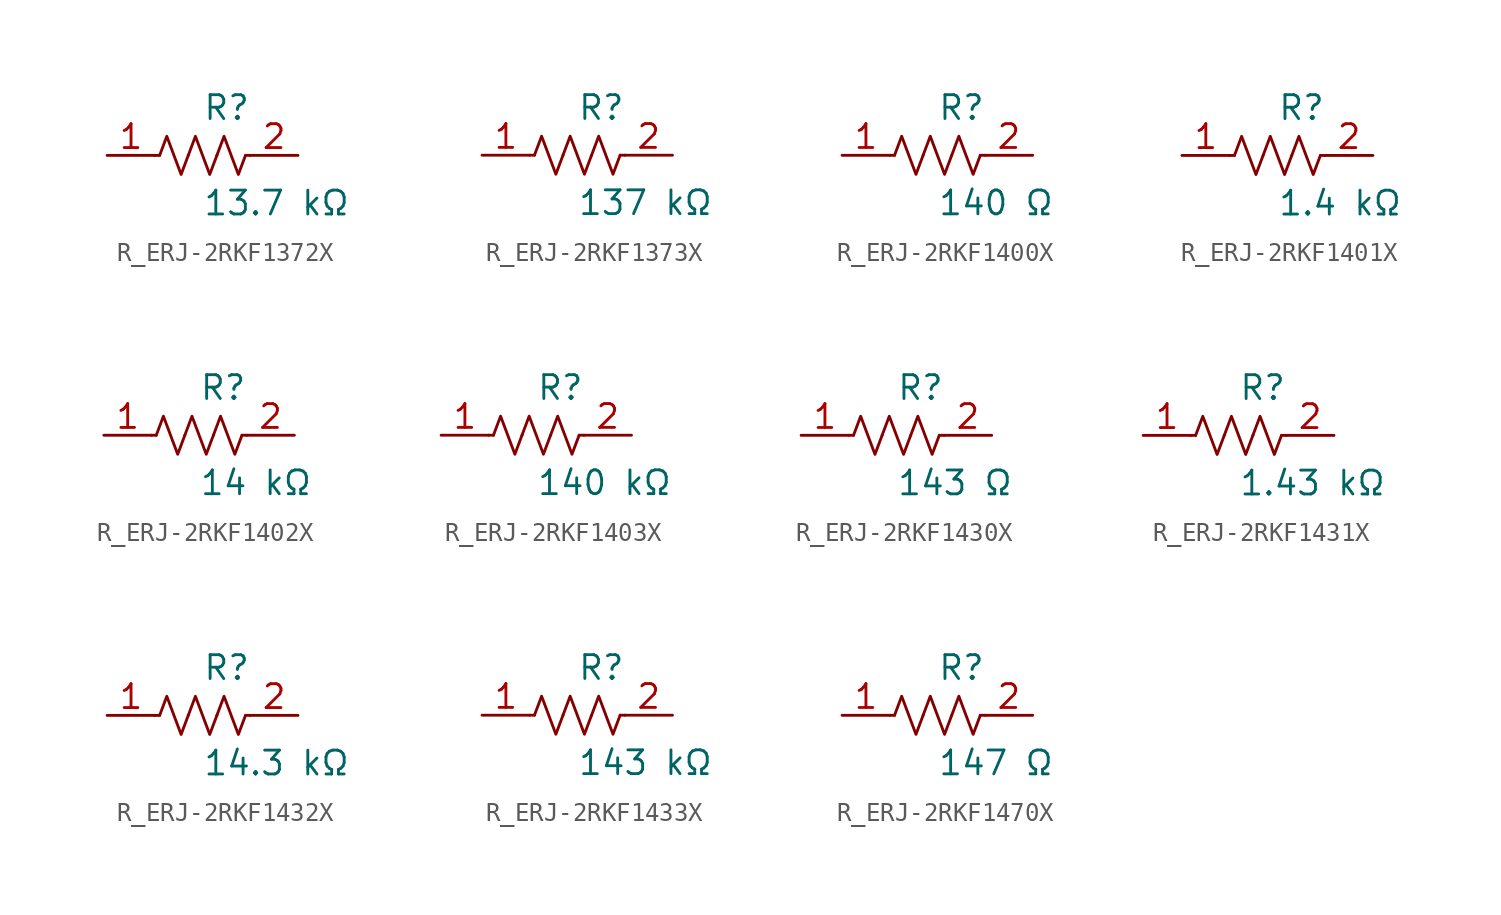
<source format=kicad_sym>
(kicad_symbol_lib
  (version 20231120)
  (generator kicad_symbol_editor)
  (generator_version 8.0)
  (symbol "R_ERJ-2RKF1372X"
    (pin_names
      (offset 0.254))
    (property "Reference" "R"
      (at 0 2.54 0)
      (effects (font (size 1.27 1.27)) (justify left)))
    (property "Value" "13.7 kΩ"
      (at 0 -2.54 0)
      (effects (font (size 1.27 1.27)) (justify left)))
    (symbol "R_ERJ-2RKF1372X_0_1"
      (polyline (pts (xy 2.286 0) (xy 2.54 0)) (stroke (width 0) (type default)) (fill (type none)))
      (polyline (pts (xy -2.286 0) (xy -2.54 0)) (stroke (width 0) (type default)) (fill (type none)))
      (polyline (pts (xy 0.762 0) (xy 1.143 1.016) (xy 1.524 0) (xy 1.905 -1.016) (xy 2.286 0)) (stroke (width 0) (type default)) (fill (type none)))
      (polyline (pts (xy -0.762 0) (xy -0.381 1.016) (xy 0 0) (xy 0.381 -1.016) (xy 0.762 0)) (stroke (width 0) (type default)) (fill (type none)))
      (polyline (pts (xy -2.286 0) (xy -1.905 1.016) (xy -1.524 0) (xy -1.143 -1.016) (xy -0.762 0)) (stroke (width 0) (type default)) (fill (type none))))
    (pin unspecified line
      (at -5.08 0 0)
      (length 2.54)
      (name "" (effects (font (size 1.27 1.27))))
      (number "1" (effects (font (size 1.27 1.27)))))
    (pin unspecified line
      (at 5.08 0 180)
      (length 2.54)
      (name "" (effects (font (size 1.27 1.27))))
      (number "2" (effects (font (size 1.27 1.27))))))
  (symbol "R_ERJ-2RKF1373X"
    (pin_names
      (offset 0.254))
    (property "Reference" "R"
      (at 0 2.54 0)
      (effects (font (size 1.27 1.27)) (justify left)))
    (property "Value" "137 kΩ"
      (at 0 -2.54 0)
      (effects (font (size 1.27 1.27)) (justify left)))
    (symbol "R_ERJ-2RKF1373X_0_1"
      (polyline (pts (xy 2.286 0) (xy 2.54 0)) (stroke (width 0) (type default)) (fill (type none)))
      (polyline (pts (xy -2.286 0) (xy -2.54 0)) (stroke (width 0) (type default)) (fill (type none)))
      (polyline (pts (xy 0.762 0) (xy 1.143 1.016) (xy 1.524 0) (xy 1.905 -1.016) (xy 2.286 0)) (stroke (width 0) (type default)) (fill (type none)))
      (polyline (pts (xy -0.762 0) (xy -0.381 1.016) (xy 0 0) (xy 0.381 -1.016) (xy 0.762 0)) (stroke (width 0) (type default)) (fill (type none)))
      (polyline (pts (xy -2.286 0) (xy -1.905 1.016) (xy -1.524 0) (xy -1.143 -1.016) (xy -0.762 0)) (stroke (width 0) (type default)) (fill (type none))))
    (pin unspecified line
      (at -5.08 0 0)
      (length 2.54)
      (name "" (effects (font (size 1.27 1.27))))
      (number "1" (effects (font (size 1.27 1.27)))))
    (pin unspecified line
      (at 5.08 0 180)
      (length 2.54)
      (name "" (effects (font (size 1.27 1.27))))
      (number "2" (effects (font (size 1.27 1.27))))))
  (symbol "R_ERJ-2RKF1400X"
    (pin_names
      (offset 0.254))
    (property "Reference" "R"
      (at 0 2.54 0)
      (effects (font (size 1.27 1.27)) (justify left)))
    (property "Value" "140 Ω"
      (at 0 -2.54 0)
      (effects (font (size 1.27 1.27)) (justify left)))
    (symbol "R_ERJ-2RKF1400X_0_1"
      (polyline (pts (xy 2.286 0) (xy 2.54 0)) (stroke (width 0) (type default)) (fill (type none)))
      (polyline (pts (xy -2.286 0) (xy -2.54 0)) (stroke (width 0) (type default)) (fill (type none)))
      (polyline (pts (xy 0.762 0) (xy 1.143 1.016) (xy 1.524 0) (xy 1.905 -1.016) (xy 2.286 0)) (stroke (width 0) (type default)) (fill (type none)))
      (polyline (pts (xy -0.762 0) (xy -0.381 1.016) (xy 0 0) (xy 0.381 -1.016) (xy 0.762 0)) (stroke (width 0) (type default)) (fill (type none)))
      (polyline (pts (xy -2.286 0) (xy -1.905 1.016) (xy -1.524 0) (xy -1.143 -1.016) (xy -0.762 0)) (stroke (width 0) (type default)) (fill (type none))))
    (pin unspecified line
      (at -5.08 0 0)
      (length 2.54)
      (name "" (effects (font (size 1.27 1.27))))
      (number "1" (effects (font (size 1.27 1.27)))))
    (pin unspecified line
      (at 5.08 0 180)
      (length 2.54)
      (name "" (effects (font (size 1.27 1.27))))
      (number "2" (effects (font (size 1.27 1.27))))))
  (symbol "R_ERJ-2RKF1401X"
    (pin_names
      (offset 0.254))
    (property "Reference" "R"
      (at 0 2.54 0)
      (effects (font (size 1.27 1.27)) (justify left)))
    (property "Value" "1.4 kΩ"
      (at 0 -2.54 0)
      (effects (font (size 1.27 1.27)) (justify left)))
    (symbol "R_ERJ-2RKF1401X_0_1"
      (polyline (pts (xy 2.286 0) (xy 2.54 0)) (stroke (width 0) (type default)) (fill (type none)))
      (polyline (pts (xy -2.286 0) (xy -2.54 0)) (stroke (width 0) (type default)) (fill (type none)))
      (polyline (pts (xy 0.762 0) (xy 1.143 1.016) (xy 1.524 0) (xy 1.905 -1.016) (xy 2.286 0)) (stroke (width 0) (type default)) (fill (type none)))
      (polyline (pts (xy -0.762 0) (xy -0.381 1.016) (xy 0 0) (xy 0.381 -1.016) (xy 0.762 0)) (stroke (width 0) (type default)) (fill (type none)))
      (polyline (pts (xy -2.286 0) (xy -1.905 1.016) (xy -1.524 0) (xy -1.143 -1.016) (xy -0.762 0)) (stroke (width 0) (type default)) (fill (type none))))
    (pin unspecified line
      (at -5.08 0 0)
      (length 2.54)
      (name "" (effects (font (size 1.27 1.27))))
      (number "1" (effects (font (size 1.27 1.27)))))
    (pin unspecified line
      (at 5.08 0 180)
      (length 2.54)
      (name "" (effects (font (size 1.27 1.27))))
      (number "2" (effects (font (size 1.27 1.27))))))
  (symbol "R_ERJ-2RKF1402X"
    (pin_names
      (offset 0.254))
    (property "Reference" "R"
      (at 0 2.54 0)
      (effects (font (size 1.27 1.27)) (justify left)))
    (property "Value" "14 kΩ"
      (at 0 -2.54 0)
      (effects (font (size 1.27 1.27)) (justify left)))
    (symbol "R_ERJ-2RKF1402X_0_1"
      (polyline (pts (xy 2.286 0) (xy 2.54 0)) (stroke (width 0) (type default)) (fill (type none)))
      (polyline (pts (xy -2.286 0) (xy -2.54 0)) (stroke (width 0) (type default)) (fill (type none)))
      (polyline (pts (xy 0.762 0) (xy 1.143 1.016) (xy 1.524 0) (xy 1.905 -1.016) (xy 2.286 0)) (stroke (width 0) (type default)) (fill (type none)))
      (polyline (pts (xy -0.762 0) (xy -0.381 1.016) (xy 0 0) (xy 0.381 -1.016) (xy 0.762 0)) (stroke (width 0) (type default)) (fill (type none)))
      (polyline (pts (xy -2.286 0) (xy -1.905 1.016) (xy -1.524 0) (xy -1.143 -1.016) (xy -0.762 0)) (stroke (width 0) (type default)) (fill (type none))))
    (pin unspecified line
      (at -5.08 0 0)
      (length 2.54)
      (name "" (effects (font (size 1.27 1.27))))
      (number "1" (effects (font (size 1.27 1.27)))))
    (pin unspecified line
      (at 5.08 0 180)
      (length 2.54)
      (name "" (effects (font (size 1.27 1.27))))
      (number "2" (effects (font (size 1.27 1.27))))))
  (symbol "R_ERJ-2RKF1403X"
    (pin_names
      (offset 0.254))
    (property "Reference" "R"
      (at 0 2.54 0)
      (effects (font (size 1.27 1.27)) (justify left)))
    (property "Value" "140 kΩ"
      (at 0 -2.54 0)
      (effects (font (size 1.27 1.27)) (justify left)))
    (symbol "R_ERJ-2RKF1403X_0_1"
      (polyline (pts (xy 2.286 0) (xy 2.54 0)) (stroke (width 0) (type default)) (fill (type none)))
      (polyline (pts (xy -2.286 0) (xy -2.54 0)) (stroke (width 0) (type default)) (fill (type none)))
      (polyline (pts (xy 0.762 0) (xy 1.143 1.016) (xy 1.524 0) (xy 1.905 -1.016) (xy 2.286 0)) (stroke (width 0) (type default)) (fill (type none)))
      (polyline (pts (xy -0.762 0) (xy -0.381 1.016) (xy 0 0) (xy 0.381 -1.016) (xy 0.762 0)) (stroke (width 0) (type default)) (fill (type none)))
      (polyline (pts (xy -2.286 0) (xy -1.905 1.016) (xy -1.524 0) (xy -1.143 -1.016) (xy -0.762 0)) (stroke (width 0) (type default)) (fill (type none))))
    (pin unspecified line
      (at -5.08 0 0)
      (length 2.54)
      (name "" (effects (font (size 1.27 1.27))))
      (number "1" (effects (font (size 1.27 1.27)))))
    (pin unspecified line
      (at 5.08 0 180)
      (length 2.54)
      (name "" (effects (font (size 1.27 1.27))))
      (number "2" (effects (font (size 1.27 1.27))))))
  (symbol "R_ERJ-2RKF1430X"
    (pin_names
      (offset 0.254))
    (property "Reference" "R"
      (at 0 2.54 0)
      (effects (font (size 1.27 1.27)) (justify left)))
    (property "Value" "143 Ω"
      (at 0 -2.54 0)
      (effects (font (size 1.27 1.27)) (justify left)))
    (symbol "R_ERJ-2RKF1430X_0_1"
      (polyline (pts (xy 2.286 0) (xy 2.54 0)) (stroke (width 0) (type default)) (fill (type none)))
      (polyline (pts (xy -2.286 0) (xy -2.54 0)) (stroke (width 0) (type default)) (fill (type none)))
      (polyline (pts (xy 0.762 0) (xy 1.143 1.016) (xy 1.524 0) (xy 1.905 -1.016) (xy 2.286 0)) (stroke (width 0) (type default)) (fill (type none)))
      (polyline (pts (xy -0.762 0) (xy -0.381 1.016) (xy 0 0) (xy 0.381 -1.016) (xy 0.762 0)) (stroke (width 0) (type default)) (fill (type none)))
      (polyline (pts (xy -2.286 0) (xy -1.905 1.016) (xy -1.524 0) (xy -1.143 -1.016) (xy -0.762 0)) (stroke (width 0) (type default)) (fill (type none))))
    (pin unspecified line
      (at -5.08 0 0)
      (length 2.54)
      (name "" (effects (font (size 1.27 1.27))))
      (number "1" (effects (font (size 1.27 1.27)))))
    (pin unspecified line
      (at 5.08 0 180)
      (length 2.54)
      (name "" (effects (font (size 1.27 1.27))))
      (number "2" (effects (font (size 1.27 1.27))))))
  (symbol "R_ERJ-2RKF1431X"
    (pin_names
      (offset 0.254))
    (property "Reference" "R"
      (at 0 2.54 0)
      (effects (font (size 1.27 1.27)) (justify left)))
    (property "Value" "1.43 kΩ"
      (at 0 -2.54 0)
      (effects (font (size 1.27 1.27)) (justify left)))
    (symbol "R_ERJ-2RKF1431X_0_1"
      (polyline (pts (xy 2.286 0) (xy 2.54 0)) (stroke (width 0) (type default)) (fill (type none)))
      (polyline (pts (xy -2.286 0) (xy -2.54 0)) (stroke (width 0) (type default)) (fill (type none)))
      (polyline (pts (xy 0.762 0) (xy 1.143 1.016) (xy 1.524 0) (xy 1.905 -1.016) (xy 2.286 0)) (stroke (width 0) (type default)) (fill (type none)))
      (polyline (pts (xy -0.762 0) (xy -0.381 1.016) (xy 0 0) (xy 0.381 -1.016) (xy 0.762 0)) (stroke (width 0) (type default)) (fill (type none)))
      (polyline (pts (xy -2.286 0) (xy -1.905 1.016) (xy -1.524 0) (xy -1.143 -1.016) (xy -0.762 0)) (stroke (width 0) (type default)) (fill (type none))))
    (pin unspecified line
      (at -5.08 0 0)
      (length 2.54)
      (name "" (effects (font (size 1.27 1.27))))
      (number "1" (effects (font (size 1.27 1.27)))))
    (pin unspecified line
      (at 5.08 0 180)
      (length 2.54)
      (name "" (effects (font (size 1.27 1.27))))
      (number "2" (effects (font (size 1.27 1.27))))))
  (symbol "R_ERJ-2RKF1432X"
    (pin_names
      (offset 0.254))
    (property "Reference" "R"
      (at 0 2.54 0)
      (effects (font (size 1.27 1.27)) (justify left)))
    (property "Value" "14.3 kΩ"
      (at 0 -2.54 0)
      (effects (font (size 1.27 1.27)) (justify left)))
    (symbol "R_ERJ-2RKF1432X_0_1"
      (polyline (pts (xy 2.286 0) (xy 2.54 0)) (stroke (width 0) (type default)) (fill (type none)))
      (polyline (pts (xy -2.286 0) (xy -2.54 0)) (stroke (width 0) (type default)) (fill (type none)))
      (polyline (pts (xy 0.762 0) (xy 1.143 1.016) (xy 1.524 0) (xy 1.905 -1.016) (xy 2.286 0)) (stroke (width 0) (type default)) (fill (type none)))
      (polyline (pts (xy -0.762 0) (xy -0.381 1.016) (xy 0 0) (xy 0.381 -1.016) (xy 0.762 0)) (stroke (width 0) (type default)) (fill (type none)))
      (polyline (pts (xy -2.286 0) (xy -1.905 1.016) (xy -1.524 0) (xy -1.143 -1.016) (xy -0.762 0)) (stroke (width 0) (type default)) (fill (type none))))
    (pin unspecified line
      (at -5.08 0 0)
      (length 2.54)
      (name "" (effects (font (size 1.27 1.27))))
      (number "1" (effects (font (size 1.27 1.27)))))
    (pin unspecified line
      (at 5.08 0 180)
      (length 2.54)
      (name "" (effects (font (size 1.27 1.27))))
      (number "2" (effects (font (size 1.27 1.27))))))
  (symbol "R_ERJ-2RKF1433X"
    (pin_names
      (offset 0.254))
    (property "Reference" "R"
      (at 0 2.54 0)
      (effects (font (size 1.27 1.27)) (justify left)))
    (property "Value" "143 kΩ"
      (at 0 -2.54 0)
      (effects (font (size 1.27 1.27)) (justify left)))
    (symbol "R_ERJ-2RKF1433X_0_1"
      (polyline (pts (xy 2.286 0) (xy 2.54 0)) (stroke (width 0) (type default)) (fill (type none)))
      (polyline (pts (xy -2.286 0) (xy -2.54 0)) (stroke (width 0) (type default)) (fill (type none)))
      (polyline (pts (xy 0.762 0) (xy 1.143 1.016) (xy 1.524 0) (xy 1.905 -1.016) (xy 2.286 0)) (stroke (width 0) (type default)) (fill (type none)))
      (polyline (pts (xy -0.762 0) (xy -0.381 1.016) (xy 0 0) (xy 0.381 -1.016) (xy 0.762 0)) (stroke (width 0) (type default)) (fill (type none)))
      (polyline (pts (xy -2.286 0) (xy -1.905 1.016) (xy -1.524 0) (xy -1.143 -1.016) (xy -0.762 0)) (stroke (width 0) (type default)) (fill (type none))))
    (pin unspecified line
      (at -5.08 0 0)
      (length 2.54)
      (name "" (effects (font (size 1.27 1.27))))
      (number "1" (effects (font (size 1.27 1.27)))))
    (pin unspecified line
      (at 5.08 0 180)
      (length 2.54)
      (name "" (effects (font (size 1.27 1.27))))
      (number "2" (effects (font (size 1.27 1.27))))))
  (symbol "R_ERJ-2RKF1470X"
    (pin_names
      (offset 0.254))
    (property "Reference" "R"
      (at 0 2.54 0)
      (effects (font (size 1.27 1.27)) (justify left)))
    (property "Value" "147 Ω"
      (at 0 -2.54 0)
      (effects (font (size 1.27 1.27)) (justify left)))
    (symbol "R_ERJ-2RKF1470X_0_1"
      (polyline (pts (xy 2.286 0) (xy 2.54 0)) (stroke (width 0) (type default)) (fill (type none)))
      (polyline (pts (xy -2.286 0) (xy -2.54 0)) (stroke (width 0) (type default)) (fill (type none)))
      (polyline (pts (xy 0.762 0) (xy 1.143 1.016) (xy 1.524 0) (xy 1.905 -1.016) (xy 2.286 0)) (stroke (width 0) (type default)) (fill (type none)))
      (polyline (pts (xy -0.762 0) (xy -0.381 1.016) (xy 0 0) (xy 0.381 -1.016) (xy 0.762 0)) (stroke (width 0) (type default)) (fill (type none)))
      (polyline (pts (xy -2.286 0) (xy -1.905 1.016) (xy -1.524 0) (xy -1.143 -1.016) (xy -0.762 0)) (stroke (width 0) (type default)) (fill (type none))))
    (pin unspecified line
      (at -5.08 0 0)
      (length 2.54)
      (name "" (effects (font (size 1.27 1.27))))
      (number "1" (effects (font (size 1.27 1.27)))))
    (pin unspecified line
      (at 5.08 0 180)
      (length 2.54)
      (name "" (effects (font (size 1.27 1.27))))
      (number "2" (effects (font (size 1.27 1.27)))))))
</source>
